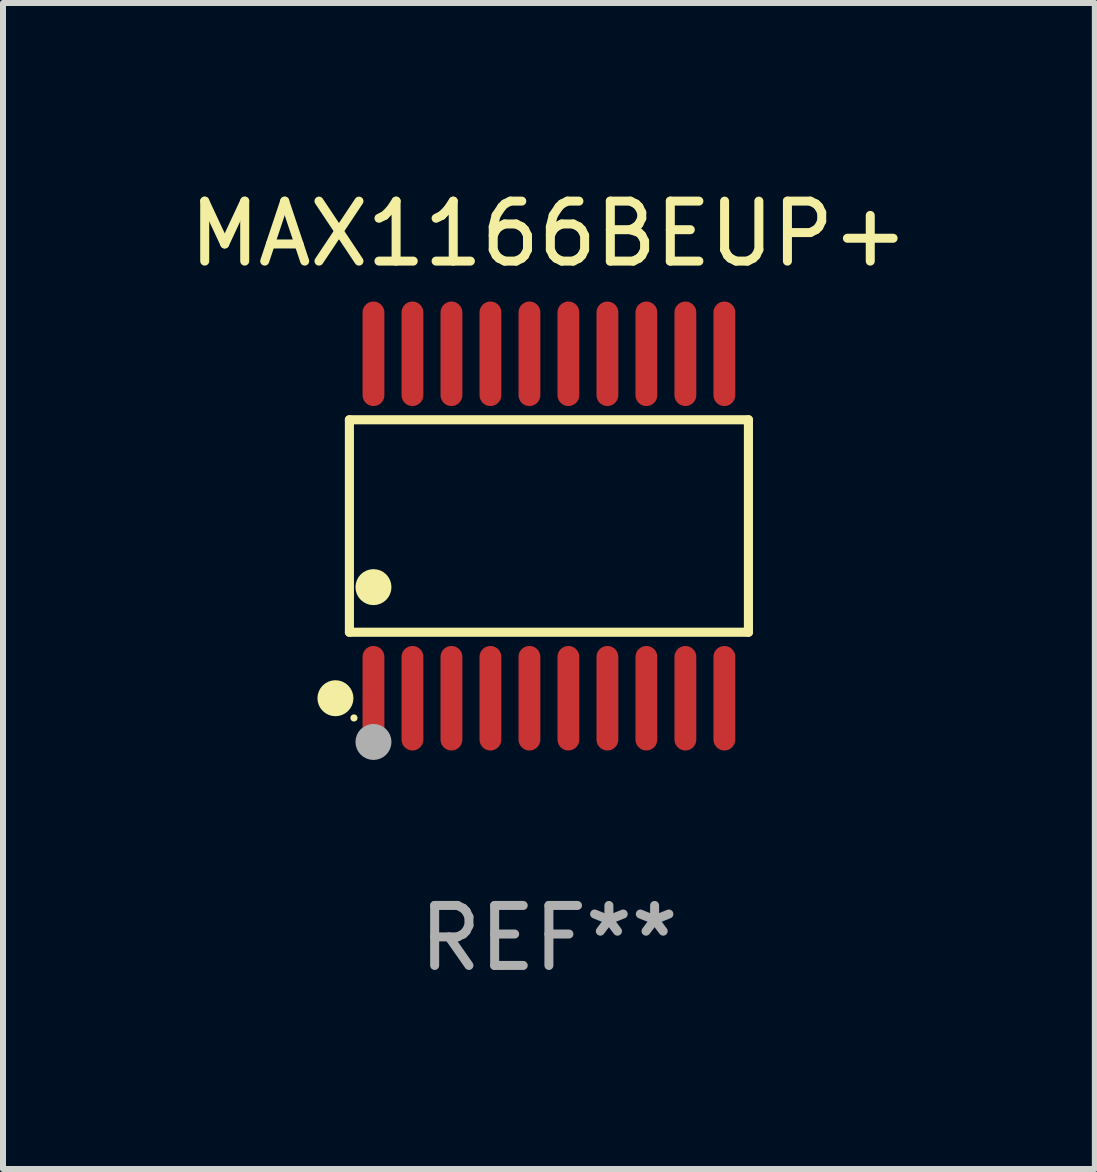
<source format=kicad_pcb>
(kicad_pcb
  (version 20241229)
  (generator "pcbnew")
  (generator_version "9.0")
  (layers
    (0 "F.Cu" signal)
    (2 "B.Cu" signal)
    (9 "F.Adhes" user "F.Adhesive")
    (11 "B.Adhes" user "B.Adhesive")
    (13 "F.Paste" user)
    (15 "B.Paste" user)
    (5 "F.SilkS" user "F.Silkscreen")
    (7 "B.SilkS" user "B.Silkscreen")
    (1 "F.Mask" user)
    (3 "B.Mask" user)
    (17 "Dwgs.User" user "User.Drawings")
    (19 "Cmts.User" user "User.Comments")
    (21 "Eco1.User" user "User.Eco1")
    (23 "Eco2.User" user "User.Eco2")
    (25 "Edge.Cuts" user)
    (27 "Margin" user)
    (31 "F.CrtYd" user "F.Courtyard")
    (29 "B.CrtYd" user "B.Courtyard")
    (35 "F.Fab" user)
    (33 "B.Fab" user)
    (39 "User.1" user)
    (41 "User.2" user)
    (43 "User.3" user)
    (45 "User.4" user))
  (footprint "MAX1166BEUP+"
    (layer "F.Cu")
    (at 6.101 5.719)
    (property "Reference" "MAX1166BEUP+" (at 0 -4.871 0) (layer "F.SilkS") (effects (font (size 1 1) (thickness 0.15))))
    (attr through_hole)
    (fp_line (start -3.326 -1.771) (end 3.326 -1.771) (stroke (width 0.152) (type solid)) (layer "F.SilkS"))
    (fp_line (start -3.326 1.771) (end -3.326 -1.771) (stroke (width 0.152) (type solid)) (layer "F.SilkS"))
    (fp_line (start 3.326 -1.771) (end 3.326 1.771) (stroke (width 0.152) (type solid)) (layer "F.SilkS"))
    (fp_line (start 3.326 1.771) (end -3.326 1.771) (stroke (width 0.152) (type solid)) (layer "F.SilkS"))
    (fp_circle (center -3.559 2.871) (end -3.409 2.871) (stroke (width 0.3) (type solid)) (fill no) (layer "F.SilkS"))
    (fp_circle (center -3.25 3.2) (end -3.22 3.2) (stroke (width 0.06) (type solid)) (fill no) (layer "F.SilkS"))
    (fp_circle (center -2.925 1.019) (end -2.775 1.019) (stroke (width 0.3) (type solid)) (fill no) (layer "F.SilkS"))
    (fp_circle (center -2.925 3.6) (end -2.775 3.6) (stroke (width 0.3) (type solid)) (fill no) (layer "F.Fab"))
    (fp_text user "REF**" (at 0 6.871 0) (layer "F.Fab") (effects (font (size 1 1) (thickness 0.15))))
    (pad "1" smd oval (at -2.925 2.871) (size 0.364 1.742) (layers "F.Cu" "F.Mask" "F.Paste"))
    (pad "2" smd oval (at -2.275 2.871) (size 0.364 1.742) (layers "F.Cu" "F.Mask" "F.Paste"))
    (pad "3" smd oval (at -1.625 2.871) (size 0.364 1.742) (layers "F.Cu" "F.Mask" "F.Paste"))
    (pad "4" smd oval (at -0.975 2.871) (size 0.364 1.742) (layers "F.Cu" "F.Mask" "F.Paste"))
    (pad "5" smd oval (at -0.325 2.871) (size 0.364 1.742) (layers "F.Cu" "F.Mask" "F.Paste"))
    (pad "6" smd oval (at 0.325 2.871) (size 0.364 1.742) (layers "F.Cu" "F.Mask" "F.Paste"))
    (pad "7" smd oval (at 0.975 2.871) (size 0.364 1.742) (layers "F.Cu" "F.Mask" "F.Paste"))
    (pad "8" smd oval (at 1.625 2.871) (size 0.364 1.742) (layers "F.Cu" "F.Mask" "F.Paste"))
    (pad "9" smd oval (at 2.275 2.871) (size 0.364 1.742) (layers "F.Cu" "F.Mask" "F.Paste"))
    (pad "10" smd oval (at 2.925 2.871) (size 0.364 1.742) (layers "F.Cu" "F.Mask" "F.Paste"))
    (pad "11" smd oval (at 2.925 -2.871) (size 0.364 1.742) (layers "F.Cu" "F.Mask" "F.Paste"))
    (pad "12" smd oval (at 2.275 -2.871) (size 0.364 1.742) (layers "F.Cu" "F.Mask" "F.Paste"))
    (pad "13" smd oval (at 1.625 -2.871) (size 0.364 1.742) (layers "F.Cu" "F.Mask" "F.Paste"))
    (pad "14" smd oval (at 0.975 -2.871) (size 0.364 1.742) (layers "F.Cu" "F.Mask" "F.Paste"))
    (pad "15" smd oval (at 0.325 -2.871) (size 0.364 1.742) (layers "F.Cu" "F.Mask" "F.Paste"))
    (pad "16" smd oval (at -0.325 -2.871) (size 0.364 1.742) (layers "F.Cu" "F.Mask" "F.Paste"))
    (pad "17" smd oval (at -0.975 -2.871) (size 0.364 1.742) (layers "F.Cu" "F.Mask" "F.Paste"))
    (pad "18" smd oval (at -1.625 -2.871) (size 0.364 1.742) (layers "F.Cu" "F.Mask" "F.Paste"))
    (pad "19" smd oval (at -2.275 -2.871) (size 0.364 1.742) (layers "F.Cu" "F.Mask" "F.Paste"))
    (pad "20" smd oval (at -2.925 -2.871) (size 0.364 1.742) (layers "F.Cu" "F.Mask" "F.Paste")))
  (gr_rect
    (start -3 -3)
    (end 15.202 16.438)
    (stroke (width 0.1) (type default))
    (fill no)
    (layer "Edge.Cuts")))
</source>
